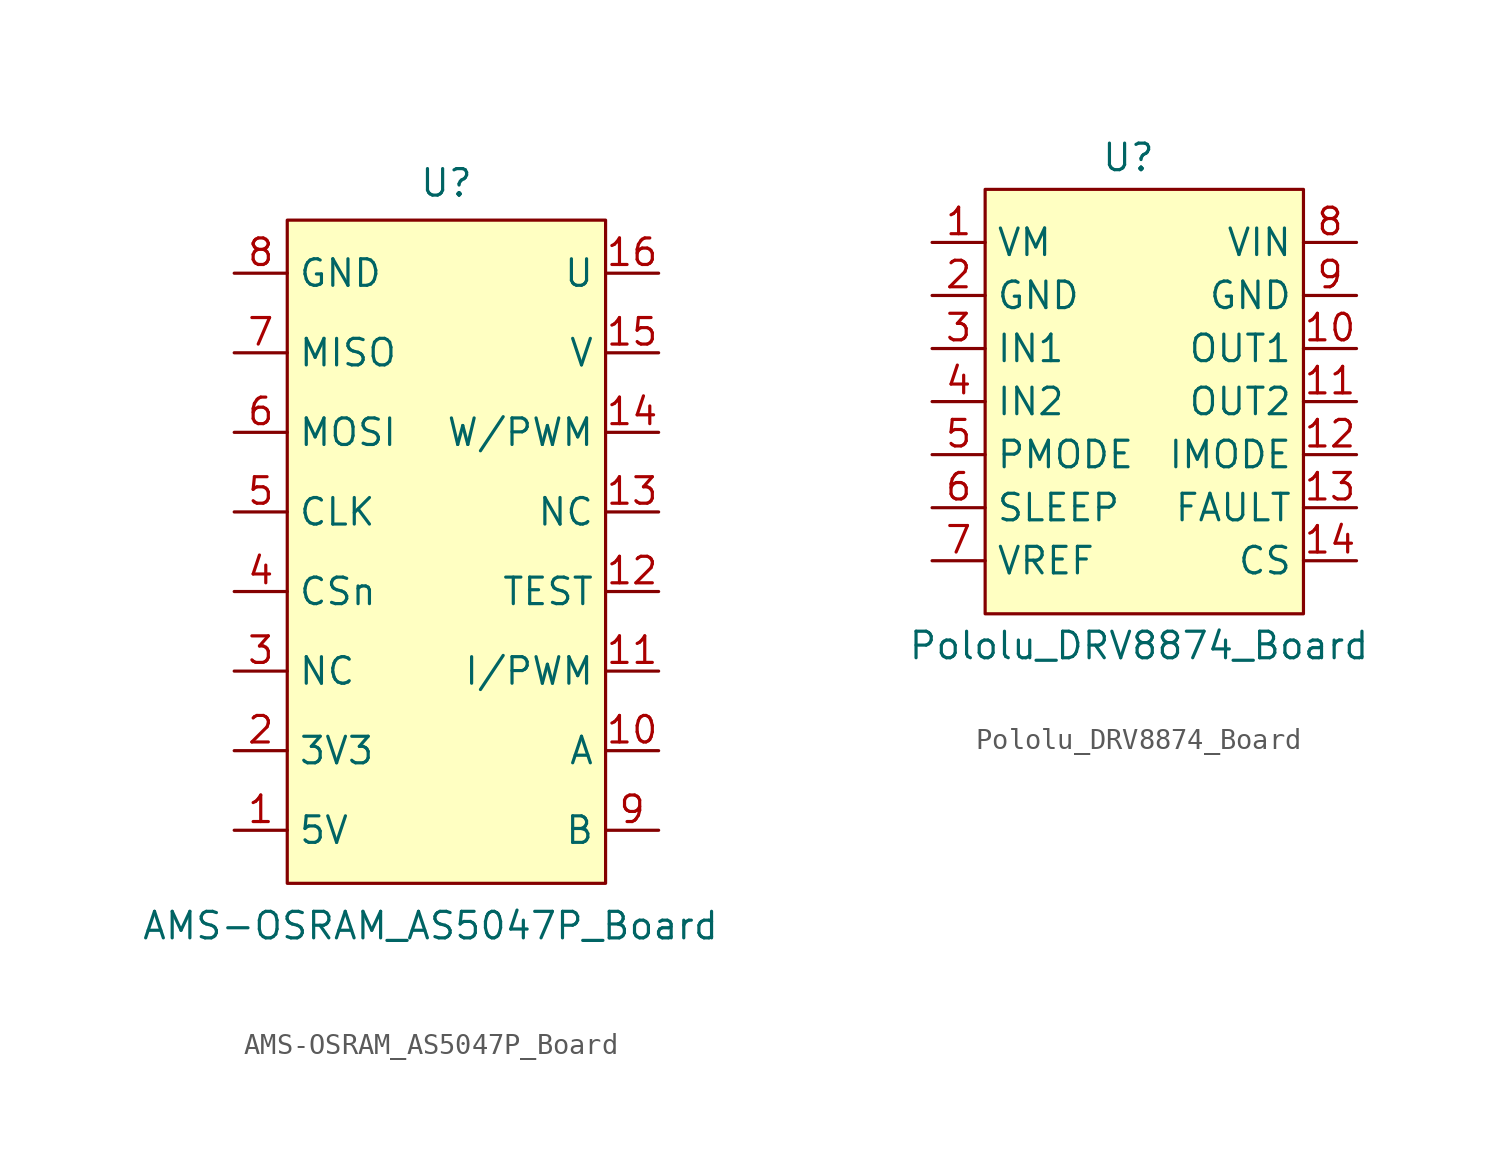
<source format=kicad_sym>
(kicad_symbol_lib
  (version 20241209)
  (generator "kicad_symbol_editor")
  (generator_version "9.0")
  (symbol "AMS-OSRAM_AS5047P_Board"
    (property "Reference" "U"
      (at 0 17.018 0)
      (effects (font (size 1.27 1.27))))
    (property "Value" "AMS-OSRAM_AS5047P_Board"
      (at -0.762 -18.542 0)
      (effects (font (size 1.27 1.27))))
    (symbol "AMS-OSRAM_AS5047P_Board_1_1"
      (rectangle (start -7.62 15.24) (end 7.62 -16.51) (stroke (width 0) (type solid)) (fill (type background)))
      (pin power_in line (at -10.16 12.7 0) (length 2.54) (name "GND" (effects (font (size 1.27 1.27)))) (number "8" (effects (font (size 1.27 1.27)))))
      (pin output line (at -10.16 8.89 0) (length 2.54) (name "MISO" (effects (font (size 1.27 1.27)))) (number "7" (effects (font (size 1.27 1.27)))))
      (pin input line (at -10.16 5.08 0) (length 2.54) (name "MOSI" (effects (font (size 1.27 1.27)))) (number "6" (effects (font (size 1.27 1.27)))))
      (pin input line (at -10.16 1.27 0) (length 2.54) (name "CLK" (effects (font (size 1.27 1.27)))) (number "5" (effects (font (size 1.27 1.27)))))
      (pin input line (at -10.16 -2.54 0) (length 2.54) (name "CSn" (effects (font (size 1.27 1.27)))) (number "4" (effects (font (size 1.27 1.27)))))
      (pin input line (at -10.16 -6.35 0) (length 2.54) (name "NC" (effects (font (size 1.27 1.27)))) (number "3" (effects (font (size 1.27 1.27)))))
      (pin power_in line (at -10.16 -10.16 0) (length 2.54) (name "3V3" (effects (font (size 1.27 1.27)))) (number "2" (effects (font (size 1.27 1.27)))))
      (pin power_in line (at -10.16 -13.97 0) (length 2.54) (name "5V" (effects (font (size 1.27 1.27)))) (number "1" (effects (font (size 1.27 1.27)))))
      (pin input line (at 10.16 12.7 180) (length 2.54) (name "U" (effects (font (size 1.27 1.27)))) (number "16" (effects (font (size 1.27 1.27)))))
      (pin input line (at 10.16 8.89 180) (length 2.54) (name "V" (effects (font (size 1.27 1.27)))) (number "15" (effects (font (size 1.27 1.27)))))
      (pin input line (at 10.16 5.08 180) (length 2.54) (name "W/PWM" (effects (font (size 1.27 1.27)))) (number "14" (effects (font (size 1.27 1.27)))))
      (pin input line (at 10.16 1.27 180) (length 2.54) (name "NC" (effects (font (size 1.27 1.27)))) (number "13" (effects (font (size 1.27 1.27)))))
      (pin input line (at 10.16 -2.54 180) (length 2.54) (name "TEST" (effects (font (size 1.27 1.27)))) (number "12" (effects (font (size 1.27 1.27)))))
      (pin input line (at 10.16 -6.35 180) (length 2.54) (name "I/PWM" (effects (font (size 1.27 1.27)))) (number "11" (effects (font (size 1.27 1.27)))))
      (pin input line (at 10.16 -10.16 180) (length 2.54) (name "A" (effects (font (size 1.27 1.27)))) (number "10" (effects (font (size 1.27 1.27)))))
      (pin input line (at 10.16 -13.97 180) (length 2.54) (name "B" (effects (font (size 1.27 1.27)))) (number "9" (effects (font (size 1.27 1.27)))))))
  (symbol "Pololu_DRV8874_Board"
    (property "Reference" "U"
      (at 1.778 2.794 0)
      (effects (font (size 1.27 1.27))))
    (property "Value" "Pololu_DRV8874_Board"
      (at 2.286 -20.574 0)
      (effects (font (size 1.27 1.27))))
    (symbol "Pololu_DRV8874_Board_1_1"
      (rectangle (start -5.08 1.27) (end 10.16 -19.05) (stroke (width 0) (type solid)) (fill (type background)))
      (pin bidirectional line (at -7.62 -1.27 0) (length 2.54) (name "VM" (effects (font (size 1.27 1.27)))) (number "1" (effects (font (size 1.27 1.27)))))
      (pin bidirectional line (at -7.62 -3.81 0) (length 2.54) (name "GND" (effects (font (size 1.27 1.27)))) (number "2" (effects (font (size 1.27 1.27)))))
      (pin input line (at -7.62 -6.35 0) (length 2.54) (name "IN1" (effects (font (size 1.27 1.27)))) (number "3" (effects (font (size 1.27 1.27)))))
      (pin input line (at -7.62 -8.89 0) (length 2.54) (name "IN2" (effects (font (size 1.27 1.27)))) (number "4" (effects (font (size 1.27 1.27)))))
      (pin input line (at -7.62 -11.43 0) (length 2.54) (name "PMODE" (effects (font (size 1.27 1.27)))) (number "5" (effects (font (size 1.27 1.27)))))
      (pin input line (at -7.62 -13.97 0) (length 2.54) (name "SLEEP" (effects (font (size 1.27 1.27)))) (number "6" (effects (font (size 1.27 1.27)))))
      (pin input line (at -7.62 -16.51 0) (length 2.54) (name "VREF" (effects (font (size 1.27 1.27)))) (number "7" (effects (font (size 1.27 1.27)))))
      (pin power_in line (at 12.7 -1.27 180) (length 2.54) (name "VIN" (effects (font (size 1.27 1.27)))) (number "8" (effects (font (size 1.27 1.27)))))
      (pin bidirectional line (at 12.7 -3.81 180) (length 2.54) (name "GND" (effects (font (size 1.27 1.27)))) (number "9" (effects (font (size 1.27 1.27)))))
      (pin output line (at 12.7 -6.35 180) (length 2.54) (name "OUT1" (effects (font (size 1.27 1.27)))) (number "10" (effects (font (size 1.27 1.27)))))
      (pin output line (at 12.7 -8.89 180) (length 2.54) (name "OUT2" (effects (font (size 1.27 1.27)))) (number "11" (effects (font (size 1.27 1.27)))))
      (pin input line (at 12.7 -11.43 180) (length 2.54) (name "IMODE" (effects (font (size 1.27 1.27)))) (number "12" (effects (font (size 1.27 1.27)))))
      (pin input line (at 12.7 -13.97 180) (length 2.54) (name "FAULT" (effects (font (size 1.27 1.27)))) (number "13" (effects (font (size 1.27 1.27)))))
      (pin output line (at 12.7 -16.51 180) (length 2.54) (name "CS" (effects (font (size 1.27 1.27)))) (number "14" (effects (font (size 1.27 1.27))))))))
</source>
